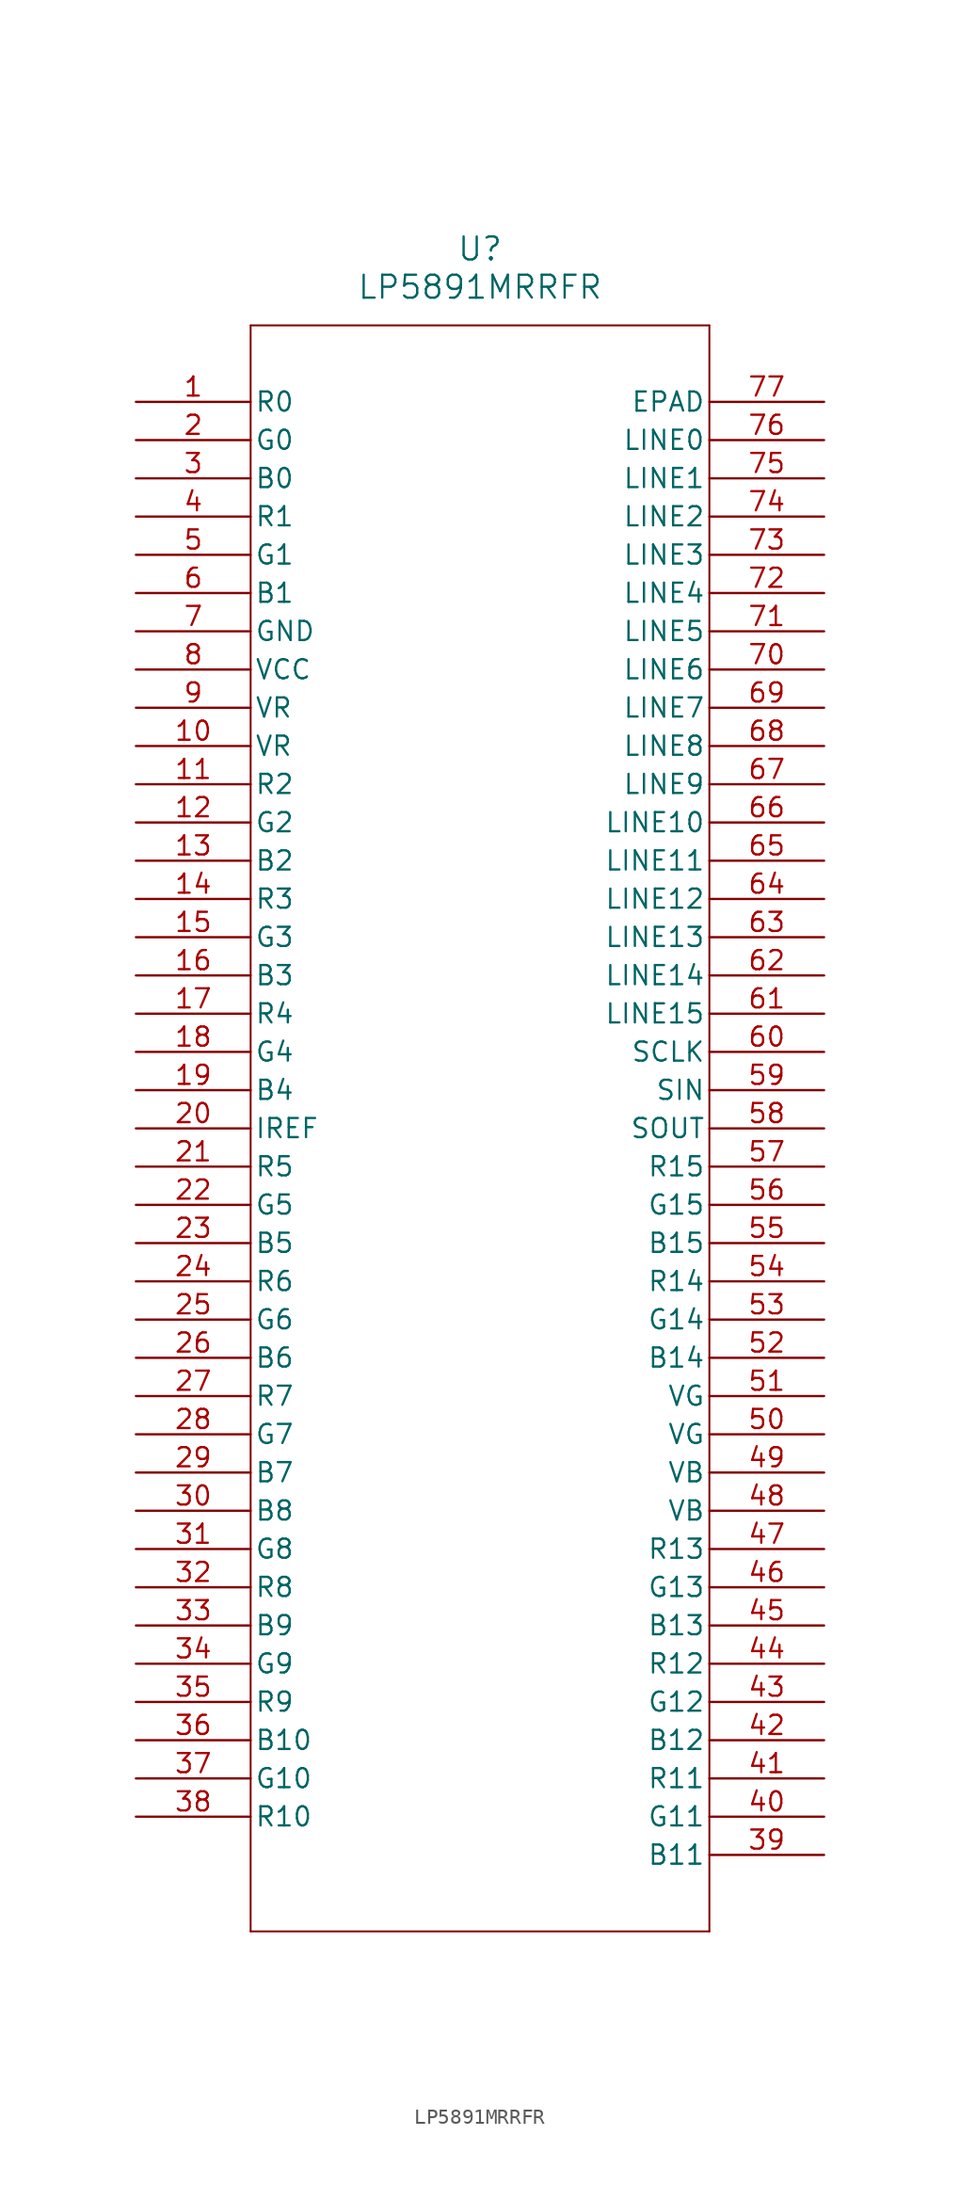
<source format=kicad_sym>
(kicad_symbol_lib
  (version 20211014)
  (generator kicad_symbol_editor)
  (symbol "LP5891MRRFR"
    (pin_names
      (offset 0.254))
    (property "Reference" "U"
      (at 22.86 10.16 0)
      (effects (font (size 1.524 1.524))))
    (property "Value" "LP5891MRRFR"
      (at 22.86 7.62 0)
      (effects (font (size 1.524 1.524))))
    (symbol "LP5891MRRFR_0_1"
      (polyline (pts (xy 7.62 5.08) (xy 7.62 -101.6)) (stroke (width 0.127) (type default) (color 0 0 0 0)) (fill (type none)))
      (polyline (pts (xy 7.62 -101.6) (xy 38.1 -101.6)) (stroke (width 0.127) (type default) (color 0 0 0 0)) (fill (type none)))
      (polyline (pts (xy 38.1 -101.6) (xy 38.1 5.08)) (stroke (width 0.127) (type default) (color 0 0 0 0)) (fill (type none)))
      (polyline (pts (xy 38.1 5.08) (xy 7.62 5.08)) (stroke (width 0.127) (type default) (color 0 0 0 0)) (fill (type none)))
      (pin output line (at 0 0 0) (length 7.62) (name "R0" (effects (font (size 1.27 1.27)))) (number "1" (effects (font (size 1.27 1.27)))))
      (pin output line (at 0 -2.54 0) (length 7.62) (name "G0" (effects (font (size 1.27 1.27)))) (number "2" (effects (font (size 1.27 1.27)))))
      (pin output line (at 0 -5.08 0) (length 7.62) (name "B0" (effects (font (size 1.27 1.27)))) (number "3" (effects (font (size 1.27 1.27)))))
      (pin output line (at 0 -7.62 0) (length 7.62) (name "R1" (effects (font (size 1.27 1.27)))) (number "4" (effects (font (size 1.27 1.27)))))
      (pin output line (at 0 -10.16 0) (length 7.62) (name "G1" (effects (font (size 1.27 1.27)))) (number "5" (effects (font (size 1.27 1.27)))))
      (pin output line (at 0 -12.7 0) (length 7.62) (name "B1" (effects (font (size 1.27 1.27)))) (number "6" (effects (font (size 1.27 1.27)))))
      (pin power_out line (at 0 -15.24 0) (length 7.62) (name "GND" (effects (font (size 1.27 1.27)))) (number "7" (effects (font (size 1.27 1.27)))))
      (pin input line (at 0 -17.78 0) (length 7.62) (name "VCC" (effects (font (size 1.27 1.27)))) (number "8" (effects (font (size 1.27 1.27)))))
      (pin input line (at 0 -20.32 0) (length 7.62) (name "VR" (effects (font (size 1.27 1.27)))) (number "9" (effects (font (size 1.27 1.27)))))
      (pin input line (at 0 -22.86 0) (length 7.62) (name "VR" (effects (font (size 1.27 1.27)))) (number "10" (effects (font (size 1.27 1.27)))))
      (pin output line (at 0 -25.4 0) (length 7.62) (name "R2" (effects (font (size 1.27 1.27)))) (number "11" (effects (font (size 1.27 1.27)))))
      (pin output line (at 0 -27.94 0) (length 7.62) (name "G2" (effects (font (size 1.27 1.27)))) (number "12" (effects (font (size 1.27 1.27)))))
      (pin output line (at 0 -30.48 0) (length 7.62) (name "B2" (effects (font (size 1.27 1.27)))) (number "13" (effects (font (size 1.27 1.27)))))
      (pin output line (at 0 -33.02 0) (length 7.62) (name "R3" (effects (font (size 1.27 1.27)))) (number "14" (effects (font (size 1.27 1.27)))))
      (pin output line (at 0 -35.56 0) (length 7.62) (name "G3" (effects (font (size 1.27 1.27)))) (number "15" (effects (font (size 1.27 1.27)))))
      (pin output line (at 0 -38.1 0) (length 7.62) (name "B3" (effects (font (size 1.27 1.27)))) (number "16" (effects (font (size 1.27 1.27)))))
      (pin output line (at 0 -40.64 0) (length 7.62) (name "R4" (effects (font (size 1.27 1.27)))) (number "17" (effects (font (size 1.27 1.27)))))
      (pin output line (at 0 -43.18 0) (length 7.62) (name "G4" (effects (font (size 1.27 1.27)))) (number "18" (effects (font (size 1.27 1.27)))))
      (pin output line (at 0 -45.72 0) (length 7.62) (name "B4" (effects (font (size 1.27 1.27)))) (number "19" (effects (font (size 1.27 1.27)))))
      (pin unspecified line (at 0 -48.26 0) (length 7.62) (name "IREF" (effects (font (size 1.27 1.27)))) (number "20" (effects (font (size 1.27 1.27)))))
      (pin output line (at 0 -50.8 0) (length 7.62) (name "R5" (effects (font (size 1.27 1.27)))) (number "21" (effects (font (size 1.27 1.27)))))
      (pin output line (at 0 -53.34 0) (length 7.62) (name "G5" (effects (font (size 1.27 1.27)))) (number "22" (effects (font (size 1.27 1.27)))))
      (pin output line (at 0 -55.88 0) (length 7.62) (name "B5" (effects (font (size 1.27 1.27)))) (number "23" (effects (font (size 1.27 1.27)))))
      (pin output line (at 0 -58.42 0) (length 7.62) (name "R6" (effects (font (size 1.27 1.27)))) (number "24" (effects (font (size 1.27 1.27)))))
      (pin output line (at 0 -60.96 0) (length 7.62) (name "G6" (effects (font (size 1.27 1.27)))) (number "25" (effects (font (size 1.27 1.27)))))
      (pin output line (at 0 -63.5 0) (length 7.62) (name "B6" (effects (font (size 1.27 1.27)))) (number "26" (effects (font (size 1.27 1.27)))))
      (pin output line (at 0 -66.04 0) (length 7.62) (name "R7" (effects (font (size 1.27 1.27)))) (number "27" (effects (font (size 1.27 1.27)))))
      (pin output line (at 0 -68.58 0) (length 7.62) (name "G7" (effects (font (size 1.27 1.27)))) (number "28" (effects (font (size 1.27 1.27)))))
      (pin output line (at 0 -71.12 0) (length 7.62) (name "B7" (effects (font (size 1.27 1.27)))) (number "29" (effects (font (size 1.27 1.27)))))
      (pin output line (at 0 -73.66 0) (length 7.62) (name "B8" (effects (font (size 1.27 1.27)))) (number "30" (effects (font (size 1.27 1.27)))))
      (pin output line (at 0 -76.2 0) (length 7.62) (name "G8" (effects (font (size 1.27 1.27)))) (number "31" (effects (font (size 1.27 1.27)))))
      (pin output line (at 0 -78.74 0) (length 7.62) (name "R8" (effects (font (size 1.27 1.27)))) (number "32" (effects (font (size 1.27 1.27)))))
      (pin output line (at 0 -81.28 0) (length 7.62) (name "B9" (effects (font (size 1.27 1.27)))) (number "33" (effects (font (size 1.27 1.27)))))
      (pin output line (at 0 -83.82 0) (length 7.62) (name "G9" (effects (font (size 1.27 1.27)))) (number "34" (effects (font (size 1.27 1.27)))))
      (pin output line (at 0 -86.36 0) (length 7.62) (name "R9" (effects (font (size 1.27 1.27)))) (number "35" (effects (font (size 1.27 1.27)))))
      (pin output line (at 0 -88.9 0) (length 7.62) (name "B10" (effects (font (size 1.27 1.27)))) (number "36" (effects (font (size 1.27 1.27)))))
      (pin output line (at 0 -91.44 0) (length 7.62) (name "G10" (effects (font (size 1.27 1.27)))) (number "37" (effects (font (size 1.27 1.27)))))
      (pin output line (at 0 -93.98 0) (length 7.62) (name "R10" (effects (font (size 1.27 1.27)))) (number "38" (effects (font (size 1.27 1.27)))))
      (pin output line (at 45.72 -96.52 180) (length 7.62) (name "B11" (effects (font (size 1.27 1.27)))) (number "39" (effects (font (size 1.27 1.27)))))
      (pin output line (at 45.72 -93.98 180) (length 7.62) (name "G11" (effects (font (size 1.27 1.27)))) (number "40" (effects (font (size 1.27 1.27)))))
      (pin output line (at 45.72 -91.44 180) (length 7.62) (name "R11" (effects (font (size 1.27 1.27)))) (number "41" (effects (font (size 1.27 1.27)))))
      (pin output line (at 45.72 -88.9 180) (length 7.62) (name "B12" (effects (font (size 1.27 1.27)))) (number "42" (effects (font (size 1.27 1.27)))))
      (pin output line (at 45.72 -86.36 180) (length 7.62) (name "G12" (effects (font (size 1.27 1.27)))) (number "43" (effects (font (size 1.27 1.27)))))
      (pin output line (at 45.72 -83.82 180) (length 7.62) (name "R12" (effects (font (size 1.27 1.27)))) (number "44" (effects (font (size 1.27 1.27)))))
      (pin output line (at 45.72 -81.28 180) (length 7.62) (name "B13" (effects (font (size 1.27 1.27)))) (number "45" (effects (font (size 1.27 1.27)))))
      (pin output line (at 45.72 -78.74 180) (length 7.62) (name "G13" (effects (font (size 1.27 1.27)))) (number "46" (effects (font (size 1.27 1.27)))))
      (pin output line (at 45.72 -76.2 180) (length 7.62) (name "R13" (effects (font (size 1.27 1.27)))) (number "47" (effects (font (size 1.27 1.27)))))
      (pin input line (at 45.72 -73.66 180) (length 7.62) (name "VB" (effects (font (size 1.27 1.27)))) (number "48" (effects (font (size 1.27 1.27)))))
      (pin input line (at 45.72 -71.12 180) (length 7.62) (name "VB" (effects (font (size 1.27 1.27)))) (number "49" (effects (font (size 1.27 1.27)))))
      (pin input line (at 45.72 -68.58 180) (length 7.62) (name "VG" (effects (font (size 1.27 1.27)))) (number "50" (effects (font (size 1.27 1.27)))))
      (pin input line (at 45.72 -66.04 180) (length 7.62) (name "VG" (effects (font (size 1.27 1.27)))) (number "51" (effects (font (size 1.27 1.27)))))
      (pin output line (at 45.72 -63.5 180) (length 7.62) (name "B14" (effects (font (size 1.27 1.27)))) (number "52" (effects (font (size 1.27 1.27)))))
      (pin output line (at 45.72 -60.96 180) (length 7.62) (name "G14" (effects (font (size 1.27 1.27)))) (number "53" (effects (font (size 1.27 1.27)))))
      (pin output line (at 45.72 -58.42 180) (length 7.62) (name "R14" (effects (font (size 1.27 1.27)))) (number "54" (effects (font (size 1.27 1.27)))))
      (pin output line (at 45.72 -55.88 180) (length 7.62) (name "B15" (effects (font (size 1.27 1.27)))) (number "55" (effects (font (size 1.27 1.27)))))
      (pin output line (at 45.72 -53.34 180) (length 7.62) (name "G15" (effects (font (size 1.27 1.27)))) (number "56" (effects (font (size 1.27 1.27)))))
      (pin output line (at 45.72 -50.8 180) (length 7.62) (name "R15" (effects (font (size 1.27 1.27)))) (number "57" (effects (font (size 1.27 1.27)))))
      (pin output line (at 45.72 -48.26 180) (length 7.62) (name "SOUT" (effects (font (size 1.27 1.27)))) (number "58" (effects (font (size 1.27 1.27)))))
      (pin input line (at 45.72 -45.72 180) (length 7.62) (name "SIN" (effects (font (size 1.27 1.27)))) (number "59" (effects (font (size 1.27 1.27)))))
      (pin input line (at 45.72 -43.18 180) (length 7.62) (name "SCLK" (effects (font (size 1.27 1.27)))) (number "60" (effects (font (size 1.27 1.27)))))
      (pin output line (at 45.72 -40.64 180) (length 7.62) (name "LINE15" (effects (font (size 1.27 1.27)))) (number "61" (effects (font (size 1.27 1.27)))))
      (pin output line (at 45.72 -38.1 180) (length 7.62) (name "LINE14" (effects (font (size 1.27 1.27)))) (number "62" (effects (font (size 1.27 1.27)))))
      (pin output line (at 45.72 -35.56 180) (length 7.62) (name "LINE13" (effects (font (size 1.27 1.27)))) (number "63" (effects (font (size 1.27 1.27)))))
      (pin output line (at 45.72 -33.02 180) (length 7.62) (name "LINE12" (effects (font (size 1.27 1.27)))) (number "64" (effects (font (size 1.27 1.27)))))
      (pin output line (at 45.72 -30.48 180) (length 7.62) (name "LINE11" (effects (font (size 1.27 1.27)))) (number "65" (effects (font (size 1.27 1.27)))))
      (pin output line (at 45.72 -27.94 180) (length 7.62) (name "LINE10" (effects (font (size 1.27 1.27)))) (number "66" (effects (font (size 1.27 1.27)))))
      (pin output line (at 45.72 -25.4 180) (length 7.62) (name "LINE9" (effects (font (size 1.27 1.27)))) (number "67" (effects (font (size 1.27 1.27)))))
      (pin output line (at 45.72 -22.86 180) (length 7.62) (name "LINE8" (effects (font (size 1.27 1.27)))) (number "68" (effects (font (size 1.27 1.27)))))
      (pin output line (at 45.72 -20.32 180) (length 7.62) (name "LINE7" (effects (font (size 1.27 1.27)))) (number "69" (effects (font (size 1.27 1.27)))))
      (pin output line (at 45.72 -17.78 180) (length 7.62) (name "LINE6" (effects (font (size 1.27 1.27)))) (number "70" (effects (font (size 1.27 1.27)))))
      (pin output line (at 45.72 -15.24 180) (length 7.62) (name "LINE5" (effects (font (size 1.27 1.27)))) (number "71" (effects (font (size 1.27 1.27)))))
      (pin output line (at 45.72 -12.7 180) (length 7.62) (name "LINE4" (effects (font (size 1.27 1.27)))) (number "72" (effects (font (size 1.27 1.27)))))
      (pin output line (at 45.72 -10.16 180) (length 7.62) (name "LINE3" (effects (font (size 1.27 1.27)))) (number "73" (effects (font (size 1.27 1.27)))))
      (pin output line (at 45.72 -7.62 180) (length 7.62) (name "LINE2" (effects (font (size 1.27 1.27)))) (number "74" (effects (font (size 1.27 1.27)))))
      (pin output line (at 45.72 -5.08 180) (length 7.62) (name "LINE1" (effects (font (size 1.27 1.27)))) (number "75" (effects (font (size 1.27 1.27)))))
      (pin output line (at 45.72 -2.54 180) (length 7.62) (name "LINE0" (effects (font (size 1.27 1.27)))) (number "76" (effects (font (size 1.27 1.27)))))
      (pin power_out line (at 45.72 0 180) (length 7.62) (name "EPAD" (effects (font (size 1.27 1.27)))) (number "77" (effects (font (size 1.27 1.27))))))))
</source>
